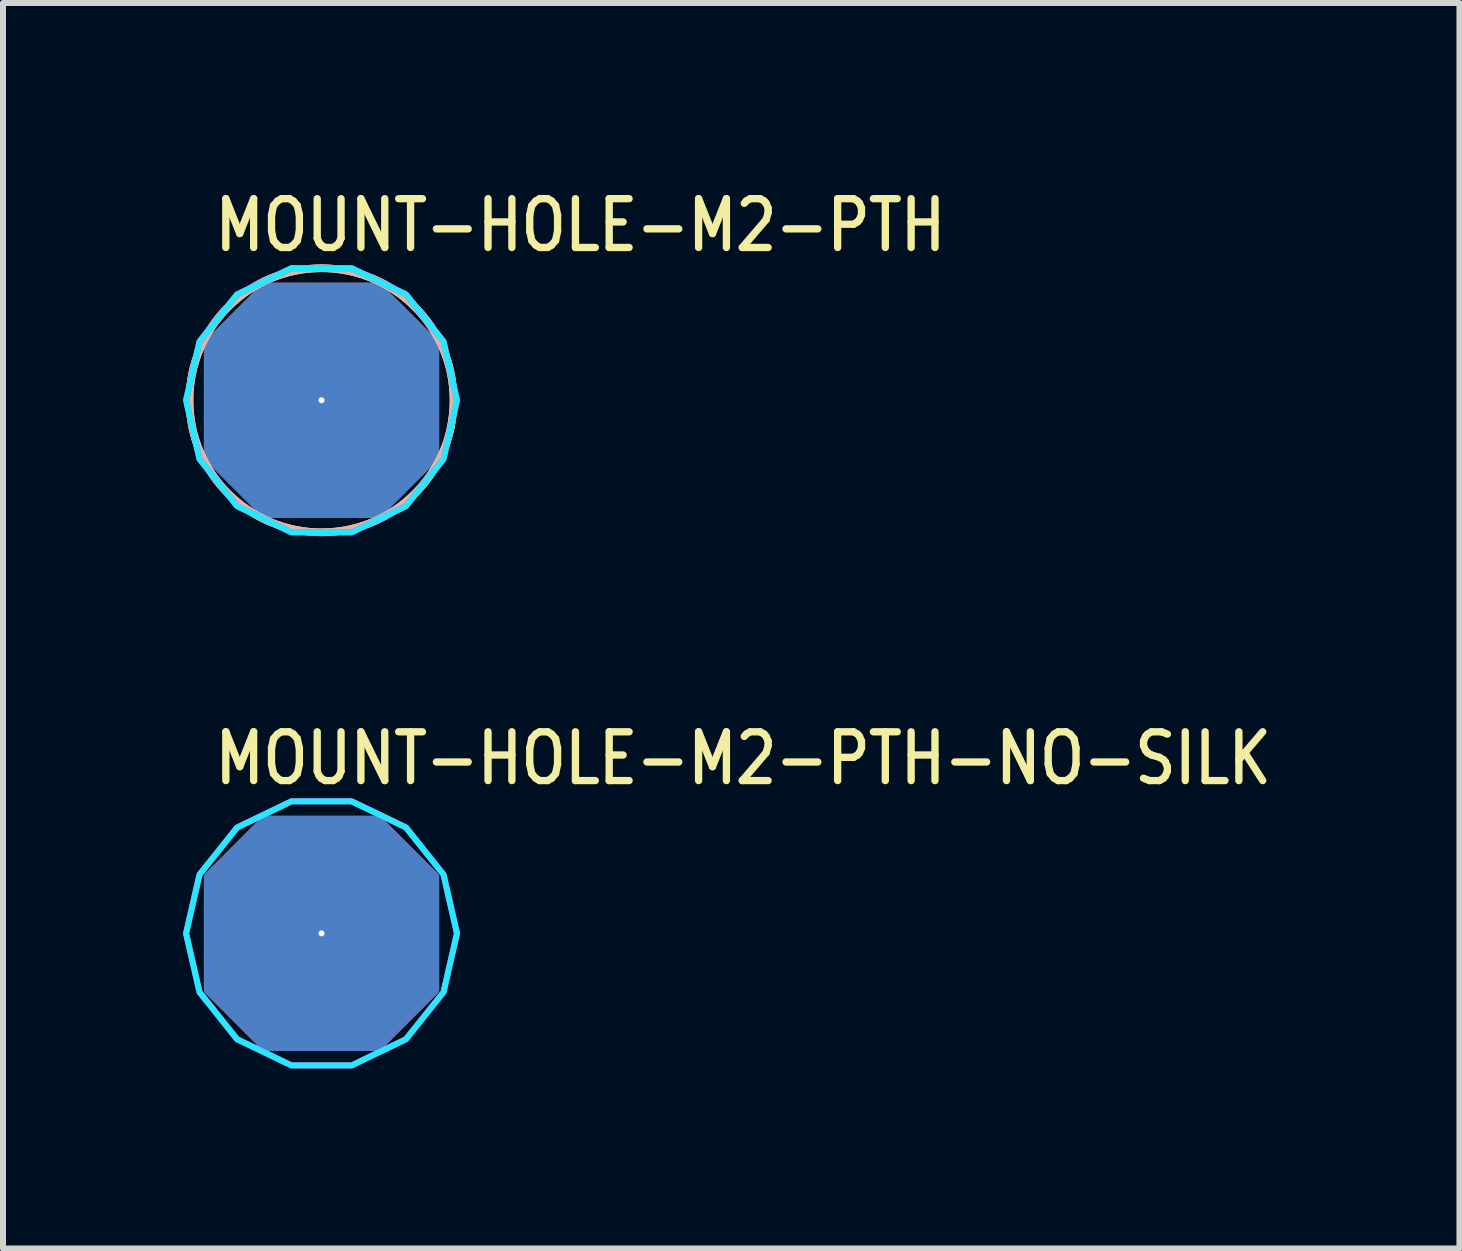
<source format=kicad_pcb>
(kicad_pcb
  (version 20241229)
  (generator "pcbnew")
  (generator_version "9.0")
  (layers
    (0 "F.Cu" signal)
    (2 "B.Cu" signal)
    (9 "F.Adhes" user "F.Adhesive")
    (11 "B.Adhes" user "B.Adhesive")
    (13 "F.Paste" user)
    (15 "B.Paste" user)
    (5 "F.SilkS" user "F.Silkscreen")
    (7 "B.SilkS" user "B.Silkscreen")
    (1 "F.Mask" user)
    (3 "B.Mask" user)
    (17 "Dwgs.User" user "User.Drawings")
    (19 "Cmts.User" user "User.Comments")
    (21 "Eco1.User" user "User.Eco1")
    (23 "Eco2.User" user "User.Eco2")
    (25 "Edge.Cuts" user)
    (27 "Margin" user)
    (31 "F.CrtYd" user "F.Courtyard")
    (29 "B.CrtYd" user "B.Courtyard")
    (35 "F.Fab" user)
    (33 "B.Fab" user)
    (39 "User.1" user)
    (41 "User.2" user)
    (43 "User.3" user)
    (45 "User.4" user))
  (footprint "MOUNT-HOLE-M2-PTH-NO-SILK"
    (layer "F.Cu")
    (at 2.307 12.501)
    (property "Reference" "MOUNT-HOLE-M2-PTH-NO-SILK" (at -1.84 -2.44 0) (unlocked yes) (layer "F.SilkS") (effects (font (size 0.813 0.695) (thickness 0.122)) (justify left bottom)))
    (fp_poly (pts (xy 2.257 0) (xy 2.033 -0.979) (xy 1.407 -1.764) (xy 0.502 -2.2) (xy -0.502 -2.2) (xy -1.407 -1.764) (xy -2.033 -0.979) (xy -2.257 0) (xy -2.033 0.979) (xy -1.407 1.764) (xy -0.502 2.2) (xy 0.502 2.2) (xy 1.407 1.764) (xy 2.033 0.979)) (stroke (width 0.1) (type solid)) (fill no) (layer "B.CrtYd"))
    (fp_poly (pts (xy 2.257 0) (xy 2.033 -0.979) (xy 1.407 -1.764) (xy 0.502 -2.2) (xy -0.502 -2.2) (xy -1.407 -1.764) (xy -2.033 -0.979) (xy -2.257 0) (xy -2.033 0.979) (xy -1.407 1.764) (xy -0.502 2.2) (xy 0.502 2.2) (xy 1.407 1.764) (xy 2.033 0.979)) (stroke (width 0.1) (type solid)) (fill no) (layer "F.CrtYd"))
    (pad "1" thru_hole custom (at 0 0) (size 0.1 0.1) (drill 2.4) (layers "*.Cu" "*.Mask") (options (anchor rect)) (primitives (gr_poly (pts (xy 1.9 0.95) (xy 0.95 1.9) (xy -0.95 1.9) (xy -1.9 0.95) (xy -1.9 -0.95) (xy -0.95 -1.9) (xy 0.95 -1.9) (xy 1.9 -0.95)) (width 0.12) (fill yes)))))
  (footprint "MOUNT-HOLE-M2-PTH"
    (layer "F.Cu")
    (at 2.307 3.619)
    (property "Reference" "MOUNT-HOLE-M2-PTH" (at -1.84 -2.44 0) (unlocked yes) (layer "F.SilkS") (effects (font (size 0.813 0.695) (thickness 0.122)) (justify left bottom)))
    (fp_circle (center 0 0) (end 2.2 0) (stroke (width 0.127) (type solid)) (fill no) (layer "F.SilkS"))
    (fp_circle (center 0 0) (end 2.2 0) (stroke (width 0.127) (type solid)) (fill no) (layer "B.SilkS"))
    (fp_poly (pts (xy 2.257 0) (xy 2.033 -0.979) (xy 1.407 -1.764) (xy 0.502 -2.2) (xy -0.502 -2.2) (xy -1.407 -1.764) (xy -2.033 -0.979) (xy -2.257 0) (xy -2.033 0.979) (xy -1.407 1.764) (xy -0.502 2.2) (xy 0.502 2.2) (xy 1.407 1.764) (xy 2.033 0.979)) (stroke (width 0.1) (type solid)) (fill no) (layer "B.CrtYd"))
    (fp_poly (pts (xy 2.257 0) (xy 2.033 -0.979) (xy 1.407 -1.764) (xy 0.502 -2.2) (xy -0.502 -2.2) (xy -1.407 -1.764) (xy -2.033 -0.979) (xy -2.257 0) (xy -2.033 0.979) (xy -1.407 1.764) (xy -0.502 2.2) (xy 0.502 2.2) (xy 1.407 1.764) (xy 2.033 0.979)) (stroke (width 0.1) (type solid)) (fill no) (layer "F.CrtYd"))
    (pad "1" thru_hole custom (at 0 0) (size 0.1 0.1) (drill 2.4) (layers "*.Cu" "*.Mask") (options (anchor rect)) (primitives (gr_poly (pts (xy 1.9 0.95) (xy 0.95 1.9) (xy -0.95 1.9) (xy -1.9 0.95) (xy -1.9 -0.95) (xy -0.95 -1.9) (xy 0.95 -1.9) (xy 1.9 -0.95)) (width 0.12) (fill yes)))))
  (gr_rect
    (start -3 -3)
    (end 21.266 17.751)
    (stroke (width 0.1) (type default))
    (fill no)
    (layer "Edge.Cuts")))
</source>
